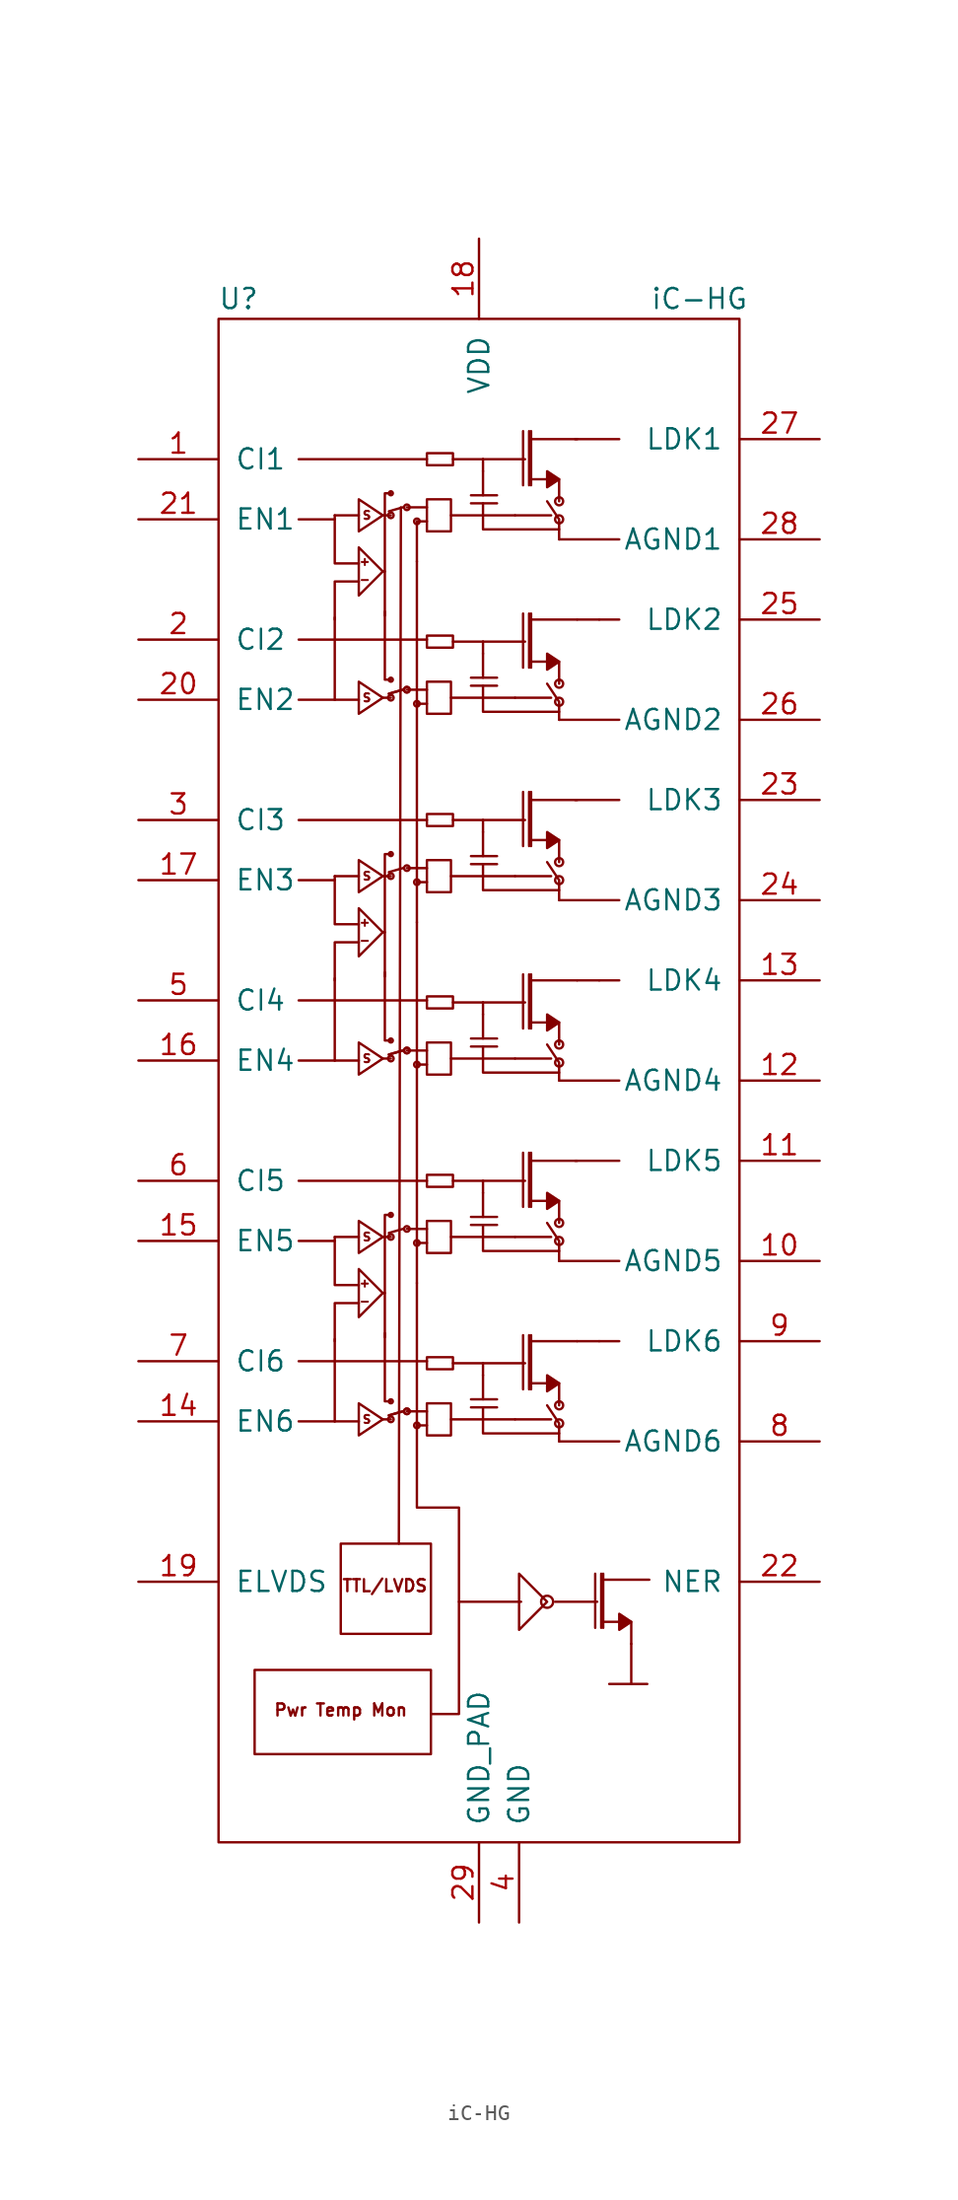
<source format=kicad_sym>
(kicad_symbol_lib
  (version 20211014)
  (generator kicad_symbol_editor)
  (symbol "iC-HG"
    (pin_names
      (offset 1.016))
    (property "Reference" "U"
      (at -15.24 36.83 0)
      (effects (font (size 1.27 1.27))))
    (property "Value" "iC-HG"
      (at 13.97 36.83 0)
      (effects (font (size 1.27 1.27))))
    (symbol "iC-HG_0_0"
      (rectangle (start -16.51 35.56) (end 16.51 -60.96) (stroke (width 0) (type default) (color 0 0 0 0)) (fill (type none)))
      (rectangle (start -8.763 -42.037) (end -3.048 -47.752) (stroke (width 0) (type default) (color 0 0 0 0)) (fill (type none)))
      (circle (center -5.588 -34.163) (radius 0.178) (stroke (width 0) (type default) (color 0 0 0 0)) (fill (type none)))
      (circle (center -5.588 -33.02) (radius 0.127) (stroke (width 0) (type default) (color 0 0 0 0)) (fill (type none)))
      (circle (center -5.588 -22.606) (radius 0.178) (stroke (width 0) (type default) (color 0 0 0 0)) (fill (type none)))
      (circle (center -5.588 -21.209) (radius 0.127) (stroke (width 0) (type default) (color 0 0 0 0)) (fill (type none)))
      (circle (center -5.588 -11.303) (radius 0.178) (stroke (width 0) (type default) (color 0 0 0 0)) (fill (type none)))
      (circle (center -5.588 -10.16) (radius 0.127) (stroke (width 0) (type default) (color 0 0 0 0)) (fill (type none)))
      (circle (center -5.588 0.254) (radius 0.178) (stroke (width 0) (type default) (color 0 0 0 0)) (fill (type none)))
      (circle (center -5.588 1.651) (radius 0.127) (stroke (width 0) (type default) (color 0 0 0 0)) (fill (type none)))
      (circle (center -5.588 11.557) (radius 0.178) (stroke (width 0) (type default) (color 0 0 0 0)) (fill (type none)))
      (circle (center -5.588 12.7) (radius 0.127) (stroke (width 0) (type default) (color 0 0 0 0)) (fill (type none)))
      (circle (center -5.588 23.114) (radius 0.178) (stroke (width 0) (type default) (color 0 0 0 0)) (fill (type none)))
      (circle (center -5.588 24.511) (radius 0.127) (stroke (width 0) (type default) (color 0 0 0 0)) (fill (type none)))
      (circle (center -4.572 -33.655) (radius 0.178) (stroke (width 0) (type default) (color 0 0 0 0)) (fill (type none)))
      (circle (center -4.572 -33.655) (radius 0.178) (stroke (width 0) (type default) (color 0 0 0 0)) (fill (type none)))
      (circle (center -4.572 -22.098) (radius 0.178) (stroke (width 0) (type default) (color 0 0 0 0)) (fill (type none)))
      (circle (center -4.572 -10.795) (radius 0.178) (stroke (width 0) (type default) (color 0 0 0 0)) (fill (type none)))
      (circle (center -4.572 -10.795) (radius 0.178) (stroke (width 0) (type default) (color 0 0 0 0)) (fill (type none)))
      (circle (center -4.572 0.762) (radius 0.178) (stroke (width 0) (type default) (color 0 0 0 0)) (fill (type none)))
      (circle (center -4.572 12.065) (radius 0.178) (stroke (width 0) (type default) (color 0 0 0 0)) (fill (type none)))
      (circle (center -4.572 12.065) (radius 0.178) (stroke (width 0) (type default) (color 0 0 0 0)) (fill (type none)))
      (circle (center -4.572 23.622) (radius 0.178) (stroke (width 0) (type default) (color 0 0 0 0)) (fill (type none)))
      (circle (center -3.937 -34.544) (radius 0.178) (stroke (width 0) (type default) (color 0 0 0 0)) (fill (type none)))
      (circle (center -3.937 -22.987) (radius 0.178) (stroke (width 0) (type default) (color 0 0 0 0)) (fill (type none)))
      (circle (center -3.937 -11.684) (radius 0.178) (stroke (width 0) (type default) (color 0 0 0 0)) (fill (type none)))
      (circle (center -3.937 -0.127) (radius 0.178) (stroke (width 0) (type default) (color 0 0 0 0)) (fill (type none)))
      (circle (center -3.937 11.176) (radius 0.178) (stroke (width 0) (type default) (color 0 0 0 0)) (fill (type none)))
      (circle (center -3.937 22.733) (radius 0.178) (stroke (width 0) (type default) (color 0 0 0 0)) (fill (type none)))
      (rectangle (start -3.302 -33.147) (end -1.778 -35.179) (stroke (width 0) (type default) (color 0 0 0 0)) (fill (type none)))
      (rectangle (start -3.302 -30.226) (end -1.651 -30.988) (stroke (width 0) (type default) (color 0 0 0 0)) (fill (type none)))
      (rectangle (start -3.302 -21.59) (end -1.778 -23.622) (stroke (width 0) (type default) (color 0 0 0 0)) (fill (type none)))
      (rectangle (start -3.302 -18.669) (end -1.651 -19.431) (stroke (width 0) (type default) (color 0 0 0 0)) (fill (type none)))
      (rectangle (start -3.302 -10.287) (end -1.778 -12.319) (stroke (width 0) (type default) (color 0 0 0 0)) (fill (type none)))
      (rectangle (start -3.302 -7.366) (end -1.651 -8.128) (stroke (width 0) (type default) (color 0 0 0 0)) (fill (type none)))
      (rectangle (start -3.302 1.27) (end -1.778 -0.762) (stroke (width 0) (type default) (color 0 0 0 0)) (fill (type none)))
      (rectangle (start -3.302 4.191) (end -1.651 3.429) (stroke (width 0) (type default) (color 0 0 0 0)) (fill (type none)))
      (rectangle (start -3.302 12.573) (end -1.778 10.541) (stroke (width 0) (type default) (color 0 0 0 0)) (fill (type none)))
      (rectangle (start -3.302 15.494) (end -1.651 14.732) (stroke (width 0) (type default) (color 0 0 0 0)) (fill (type none)))
      (rectangle (start -3.302 24.13) (end -1.778 22.098) (stroke (width 0) (type default) (color 0 0 0 0)) (fill (type none)))
      (rectangle (start -3.302 27.051) (end -1.651 26.289) (stroke (width 0) (type default) (color 0 0 0 0)) (fill (type none)))
      (polyline (pts (xy -9.144 -34.29) (xy -11.43 -34.29)) (stroke (width 0) (type default) (color 0 0 0 0)) (fill (type none)))
      (polyline (pts (xy -9.144 -22.86) (xy -11.43 -22.86)) (stroke (width 0) (type default) (color 0 0 0 0)) (fill (type none)))
      (polyline (pts (xy -9.144 -11.43) (xy -11.43 -11.43)) (stroke (width 0) (type default) (color 0 0 0 0)) (fill (type none)))
      (polyline (pts (xy -9.144 0) (xy -11.43 0)) (stroke (width 0) (type default) (color 0 0 0 0)) (fill (type none)))
      (polyline (pts (xy -9.144 11.43) (xy -11.43 11.43)) (stroke (width 0) (type default) (color 0 0 0 0)) (fill (type none)))
      (polyline (pts (xy -9.144 22.86) (xy -11.43 22.86)) (stroke (width 0) (type default) (color 0 0 0 0)) (fill (type none)))
      (polyline (pts (xy -7.62 -34.29) (xy -9.144 -34.29)) (stroke (width 0) (type default) (color 0 0 0 0)) (fill (type none)))
      (polyline (pts (xy -7.62 -22.606) (xy -9.144 -22.606)) (stroke (width 0) (type default) (color 0 0 0 0)) (fill (type none)))
      (polyline (pts (xy -7.62 -11.43) (xy -9.144 -11.43)) (stroke (width 0) (type default) (color 0 0 0 0)) (fill (type none)))
      (polyline (pts (xy -7.62 0.254) (xy -9.144 0.254)) (stroke (width 0) (type default) (color 0 0 0 0)) (fill (type none)))
      (polyline (pts (xy -7.62 11.43) (xy -9.144 11.43)) (stroke (width 0) (type default) (color 0 0 0 0)) (fill (type none)))
      (polyline (pts (xy -7.62 23.114) (xy -9.144 23.114)) (stroke (width 0) (type default) (color 0 0 0 0)) (fill (type none)))
      (polyline (pts (xy -6.096 -34.163) (xy -5.588 -34.163)) (stroke (width 0) (type default) (color 0 0 0 0)) (fill (type none)))
      (polyline (pts (xy -6.096 -22.606) (xy -5.588 -22.606)) (stroke (width 0) (type default) (color 0 0 0 0)) (fill (type none)))
      (polyline (pts (xy -6.096 -11.303) (xy -5.588 -11.303)) (stroke (width 0) (type default) (color 0 0 0 0)) (fill (type none)))
      (polyline (pts (xy -6.096 0.254) (xy -5.588 0.254)) (stroke (width 0) (type default) (color 0 0 0 0)) (fill (type none)))
      (polyline (pts (xy -6.096 11.557) (xy -5.588 11.557)) (stroke (width 0) (type default) (color 0 0 0 0)) (fill (type none)))
      (polyline (pts (xy -6.096 23.114) (xy -5.588 23.114)) (stroke (width 0) (type default) (color 0 0 0 0)) (fill (type none)))
      (polyline (pts (xy -5.08 -42.037) (xy -4.953 23.622)) (stroke (width 0) (type default) (color 0 0 0 0)) (fill (type none)))
      (polyline (pts (xy -4.826 -33.655) (xy -5.715 -33.909)) (stroke (width 0) (type default) (color 0 0 0 0)) (fill (type none)))
      (polyline (pts (xy -4.826 -33.655) (xy -5.715 -33.909)) (stroke (width 0) (type default) (color 0 0 0 0)) (fill (type none)))
      (polyline (pts (xy -4.826 -22.098) (xy -5.715 -22.352)) (stroke (width 0) (type default) (color 0 0 0 0)) (fill (type none)))
      (polyline (pts (xy -4.826 -10.795) (xy -5.715 -11.049)) (stroke (width 0) (type default) (color 0 0 0 0)) (fill (type none)))
      (polyline (pts (xy -4.826 -10.795) (xy -5.715 -11.049)) (stroke (width 0) (type default) (color 0 0 0 0)) (fill (type none)))
      (polyline (pts (xy -4.826 0.762) (xy -5.715 0.508)) (stroke (width 0) (type default) (color 0 0 0 0)) (fill (type none)))
      (polyline (pts (xy -4.826 12.065) (xy -5.715 11.811)) (stroke (width 0) (type default) (color 0 0 0 0)) (fill (type none)))
      (polyline (pts (xy -4.826 12.065) (xy -5.715 11.811)) (stroke (width 0) (type default) (color 0 0 0 0)) (fill (type none)))
      (polyline (pts (xy -4.826 23.622) (xy -5.715 23.368)) (stroke (width 0) (type default) (color 0 0 0 0)) (fill (type none)))
      (polyline (pts (xy -3.937 -25.527) (xy -3.937 -34.671)) (stroke (width 0) (type default) (color 0 0 0 0)) (fill (type none)))
      (polyline (pts (xy -3.937 -2.667) (xy -3.937 -11.811)) (stroke (width 0) (type default) (color 0 0 0 0)) (fill (type none)))
      (polyline (pts (xy -3.937 20.193) (xy -3.937 11.049)) (stroke (width 0) (type default) (color 0 0 0 0)) (fill (type none)))
      (polyline (pts (xy -3.302 -34.544) (xy -3.937 -34.544)) (stroke (width 0) (type default) (color 0 0 0 0)) (fill (type none)))
      (polyline (pts (xy -3.302 -33.655) (xy -4.572 -33.655)) (stroke (width 0) (type default) (color 0 0 0 0)) (fill (type none)))
      (polyline (pts (xy -3.302 -30.48) (xy -11.43 -30.48)) (stroke (width 0) (type default) (color 0 0 0 0)) (fill (type none)))
      (polyline (pts (xy -3.302 -22.987) (xy -3.937 -22.987)) (stroke (width 0) (type default) (color 0 0 0 0)) (fill (type none)))
      (polyline (pts (xy -3.302 -22.098) (xy -4.572 -22.098)) (stroke (width 0) (type default) (color 0 0 0 0)) (fill (type none)))
      (polyline (pts (xy -3.302 -19.05) (xy -11.43 -19.05)) (stroke (width 0) (type default) (color 0 0 0 0)) (fill (type none)))
      (polyline (pts (xy -3.302 -11.684) (xy -3.937 -11.684)) (stroke (width 0) (type default) (color 0 0 0 0)) (fill (type none)))
      (polyline (pts (xy -3.302 -10.795) (xy -4.572 -10.795)) (stroke (width 0) (type default) (color 0 0 0 0)) (fill (type none)))
      (polyline (pts (xy -3.302 -7.62) (xy -11.43 -7.62)) (stroke (width 0) (type default) (color 0 0 0 0)) (fill (type none)))
      (polyline (pts (xy -3.302 -0.127) (xy -3.937 -0.127)) (stroke (width 0) (type default) (color 0 0 0 0)) (fill (type none)))
      (polyline (pts (xy -3.302 0.762) (xy -4.572 0.762)) (stroke (width 0) (type default) (color 0 0 0 0)) (fill (type none)))
      (polyline (pts (xy -3.302 3.81) (xy -11.43 3.81)) (stroke (width 0) (type default) (color 0 0 0 0)) (fill (type none)))
      (polyline (pts (xy -3.302 11.176) (xy -3.937 11.176)) (stroke (width 0) (type default) (color 0 0 0 0)) (fill (type none)))
      (polyline (pts (xy -3.302 12.065) (xy -4.572 12.065)) (stroke (width 0) (type default) (color 0 0 0 0)) (fill (type none)))
      (polyline (pts (xy -3.302 15.24) (xy -11.43 15.24)) (stroke (width 0) (type default) (color 0 0 0 0)) (fill (type none)))
      (polyline (pts (xy -3.302 22.733) (xy -3.937 22.733)) (stroke (width 0) (type default) (color 0 0 0 0)) (fill (type none)))
      (polyline (pts (xy -3.302 23.622) (xy -4.572 23.622)) (stroke (width 0) (type default) (color 0 0 0 0)) (fill (type none)))
      (polyline (pts (xy -3.302 26.67) (xy -11.43 26.67)) (stroke (width 0) (type default) (color 0 0 0 0)) (fill (type none)))
      (polyline (pts (xy -1.778 -34.163) (xy 2.286 -34.163)) (stroke (width 0) (type default) (color 0 0 0 0)) (fill (type none)))
      (polyline (pts (xy -1.778 -22.606) (xy 2.286 -22.606)) (stroke (width 0) (type default) (color 0 0 0 0)) (fill (type none)))
      (polyline (pts (xy -1.778 -11.303) (xy 2.286 -11.303)) (stroke (width 0) (type default) (color 0 0 0 0)) (fill (type none)))
      (polyline (pts (xy -1.778 0.254) (xy 2.286 0.254)) (stroke (width 0) (type default) (color 0 0 0 0)) (fill (type none)))
      (polyline (pts (xy -1.778 11.557) (xy 2.286 11.557)) (stroke (width 0) (type default) (color 0 0 0 0)) (fill (type none)))
      (polyline (pts (xy -1.778 23.114) (xy 2.286 23.114)) (stroke (width 0) (type default) (color 0 0 0 0)) (fill (type none)))
      (polyline (pts (xy -0.508 -33.401) (xy 1.143 -33.401)) (stroke (width 0) (type default) (color 0 0 0 0)) (fill (type none)))
      (polyline (pts (xy -0.508 -32.893) (xy 1.143 -32.893)) (stroke (width 0) (type default) (color 0 0 0 0)) (fill (type none)))
      (polyline (pts (xy -0.508 -21.844) (xy 1.143 -21.844)) (stroke (width 0) (type default) (color 0 0 0 0)) (fill (type none)))
      (polyline (pts (xy -0.508 -21.336) (xy 1.143 -21.336)) (stroke (width 0) (type default) (color 0 0 0 0)) (fill (type none)))
      (polyline (pts (xy -0.508 -10.541) (xy 1.143 -10.541)) (stroke (width 0) (type default) (color 0 0 0 0)) (fill (type none)))
      (polyline (pts (xy -0.508 -10.033) (xy 1.143 -10.033)) (stroke (width 0) (type default) (color 0 0 0 0)) (fill (type none)))
      (polyline (pts (xy -0.508 1.016) (xy 1.143 1.016)) (stroke (width 0) (type default) (color 0 0 0 0)) (fill (type none)))
      (polyline (pts (xy -0.508 1.524) (xy 1.143 1.524)) (stroke (width 0) (type default) (color 0 0 0 0)) (fill (type none)))
      (polyline (pts (xy -0.508 12.319) (xy 1.143 12.319)) (stroke (width 0) (type default) (color 0 0 0 0)) (fill (type none)))
      (polyline (pts (xy -0.508 12.827) (xy 1.143 12.827)) (stroke (width 0) (type default) (color 0 0 0 0)) (fill (type none)))
      (polyline (pts (xy -0.508 23.876) (xy 1.143 23.876)) (stroke (width 0) (type default) (color 0 0 0 0)) (fill (type none)))
      (polyline (pts (xy -0.508 24.384) (xy 1.143 24.384)) (stroke (width 0) (type default) (color 0 0 0 0)) (fill (type none)))
      (polyline (pts (xy 0.254 -32.893) (xy 0.254 -31.369)) (stroke (width 0) (type default) (color 0 0 0 0)) (fill (type none)))
      (polyline (pts (xy 0.254 -31.369) (xy 0.254 -30.607)) (stroke (width 0) (type default) (color 0 0 0 0)) (fill (type none)))
      (polyline (pts (xy 0.254 -30.607) (xy -1.651 -30.607)) (stroke (width 0) (type default) (color 0 0 0 0)) (fill (type none)))
      (polyline (pts (xy 0.254 -30.607) (xy 2.921 -30.607)) (stroke (width 0) (type default) (color 0 0 0 0)) (fill (type none)))
      (polyline (pts (xy 0.254 -21.336) (xy 0.254 -19.812)) (stroke (width 0) (type default) (color 0 0 0 0)) (fill (type none)))
      (polyline (pts (xy 0.254 -19.812) (xy 0.254 -19.05)) (stroke (width 0) (type default) (color 0 0 0 0)) (fill (type none)))
      (polyline (pts (xy 0.254 -19.05) (xy -1.651 -19.05)) (stroke (width 0) (type default) (color 0 0 0 0)) (fill (type none)))
      (polyline (pts (xy 0.254 -19.05) (xy 2.921 -19.05)) (stroke (width 0) (type default) (color 0 0 0 0)) (fill (type none)))
      (polyline (pts (xy 0.254 -10.033) (xy 0.254 -8.509)) (stroke (width 0) (type default) (color 0 0 0 0)) (fill (type none)))
      (polyline (pts (xy 0.254 -8.509) (xy 0.254 -7.747)) (stroke (width 0) (type default) (color 0 0 0 0)) (fill (type none)))
      (polyline (pts (xy 0.254 -7.747) (xy -1.651 -7.747)) (stroke (width 0) (type default) (color 0 0 0 0)) (fill (type none)))
      (polyline (pts (xy 0.254 -7.747) (xy 2.921 -7.747)) (stroke (width 0) (type default) (color 0 0 0 0)) (fill (type none)))
      (polyline (pts (xy 0.254 1.524) (xy 0.254 3.048)) (stroke (width 0) (type default) (color 0 0 0 0)) (fill (type none)))
      (polyline (pts (xy 0.254 3.048) (xy 0.254 3.81)) (stroke (width 0) (type default) (color 0 0 0 0)) (fill (type none)))
      (polyline (pts (xy 0.254 3.81) (xy -1.651 3.81)) (stroke (width 0) (type default) (color 0 0 0 0)) (fill (type none)))
      (polyline (pts (xy 0.254 3.81) (xy 2.921 3.81)) (stroke (width 0) (type default) (color 0 0 0 0)) (fill (type none)))
      (polyline (pts (xy 0.254 12.827) (xy 0.254 14.351)) (stroke (width 0) (type default) (color 0 0 0 0)) (fill (type none)))
      (polyline (pts (xy 0.254 14.351) (xy 0.254 15.113)) (stroke (width 0) (type default) (color 0 0 0 0)) (fill (type none)))
      (polyline (pts (xy 0.254 15.113) (xy -1.651 15.113)) (stroke (width 0) (type default) (color 0 0 0 0)) (fill (type none)))
      (polyline (pts (xy 0.254 15.113) (xy 2.921 15.113)) (stroke (width 0) (type default) (color 0 0 0 0)) (fill (type none)))
      (polyline (pts (xy 0.254 24.384) (xy 0.254 25.908)) (stroke (width 0) (type default) (color 0 0 0 0)) (fill (type none)))
      (polyline (pts (xy 0.254 25.908) (xy 0.254 26.67)) (stroke (width 0) (type default) (color 0 0 0 0)) (fill (type none)))
      (polyline (pts (xy 0.254 26.67) (xy -1.651 26.67)) (stroke (width 0) (type default) (color 0 0 0 0)) (fill (type none)))
      (polyline (pts (xy 0.254 26.67) (xy 2.921 26.67)) (stroke (width 0) (type default) (color 0 0 0 0)) (fill (type none)))
      (polyline (pts (xy 2.286 -34.163) (xy 4.572 -34.163)) (stroke (width 0) (type default) (color 0 0 0 0)) (fill (type none)))
      (polyline (pts (xy 2.286 -22.606) (xy 4.572 -22.606)) (stroke (width 0) (type default) (color 0 0 0 0)) (fill (type none)))
      (polyline (pts (xy 2.286 -11.303) (xy 4.572 -11.303)) (stroke (width 0) (type default) (color 0 0 0 0)) (fill (type none)))
      (polyline (pts (xy 2.286 0.254) (xy 4.572 0.254)) (stroke (width 0) (type default) (color 0 0 0 0)) (fill (type none)))
      (polyline (pts (xy 2.286 11.557) (xy 4.572 11.557)) (stroke (width 0) (type default) (color 0 0 0 0)) (fill (type none)))
      (polyline (pts (xy 2.286 23.114) (xy 4.572 23.114)) (stroke (width 0) (type default) (color 0 0 0 0)) (fill (type none)))
      (polyline (pts (xy 2.667 -45.72) (xy -1.27 -45.72)) (stroke (width 0) (type default) (color 0 0 0 0)) (fill (type none)))
      (polyline (pts (xy 2.794 -28.829) (xy 2.794 -32.258)) (stroke (width 0) (type default) (color 0 0 0 0)) (fill (type none)))
      (polyline (pts (xy 2.794 -17.272) (xy 2.794 -20.701)) (stroke (width 0) (type default) (color 0 0 0 0)) (fill (type none)))
      (polyline (pts (xy 2.794 -5.969) (xy 2.794 -9.398)) (stroke (width 0) (type default) (color 0 0 0 0)) (fill (type none)))
      (polyline (pts (xy 2.794 5.588) (xy 2.794 2.159)) (stroke (width 0) (type default) (color 0 0 0 0)) (fill (type none)))
      (polyline (pts (xy 2.794 16.891) (xy 2.794 13.462)) (stroke (width 0) (type default) (color 0 0 0 0)) (fill (type none)))
      (polyline (pts (xy 2.794 28.448) (xy 2.794 25.019)) (stroke (width 0) (type default) (color 0 0 0 0)) (fill (type none)))
      (polyline (pts (xy 3.175 -28.829) (xy 3.175 -32.258)) (stroke (width 0) (type default) (color 0 0 0 0)) (fill (type none)))
      (polyline (pts (xy 3.175 -17.272) (xy 3.175 -20.701)) (stroke (width 0) (type default) (color 0 0 0 0)) (fill (type none)))
      (polyline (pts (xy 3.175 -5.969) (xy 3.175 -9.398)) (stroke (width 0) (type default) (color 0 0 0 0)) (fill (type none)))
      (polyline (pts (xy 3.175 5.588) (xy 3.175 2.159)) (stroke (width 0) (type default) (color 0 0 0 0)) (fill (type none)))
      (polyline (pts (xy 3.175 16.891) (xy 3.175 13.462)) (stroke (width 0) (type default) (color 0 0 0 0)) (fill (type none)))
      (polyline (pts (xy 3.175 28.448) (xy 3.175 25.019)) (stroke (width 0) (type default) (color 0 0 0 0)) (fill (type none)))
      (polyline (pts (xy 3.302 -29.21) (xy 6.223 -29.21)) (stroke (width 0) (type default) (color 0 0 0 0)) (fill (type none)))
      (polyline (pts (xy 3.302 -28.829) (xy 3.302 -32.258)) (stroke (width 0) (type default) (color 0 0 0 0)) (fill (type none)))
      (polyline (pts (xy 3.302 -17.78) (xy 6.223 -17.78)) (stroke (width 0) (type default) (color 0 0 0 0)) (fill (type none)))
      (polyline (pts (xy 3.302 -17.272) (xy 3.302 -20.701)) (stroke (width 0) (type default) (color 0 0 0 0)) (fill (type none)))
      (polyline (pts (xy 3.302 -6.35) (xy 6.223 -6.35)) (stroke (width 0) (type default) (color 0 0 0 0)) (fill (type none)))
      (polyline (pts (xy 3.302 -5.969) (xy 3.302 -9.398)) (stroke (width 0) (type default) (color 0 0 0 0)) (fill (type none)))
      (polyline (pts (xy 3.302 5.08) (xy 6.223 5.08)) (stroke (width 0) (type default) (color 0 0 0 0)) (fill (type none)))
      (polyline (pts (xy 3.302 5.588) (xy 3.302 2.159)) (stroke (width 0) (type default) (color 0 0 0 0)) (fill (type none)))
      (polyline (pts (xy 3.302 16.51) (xy 6.223 16.51)) (stroke (width 0) (type default) (color 0 0 0 0)) (fill (type none)))
      (polyline (pts (xy 3.302 16.891) (xy 3.302 13.462)) (stroke (width 0) (type default) (color 0 0 0 0)) (fill (type none)))
      (polyline (pts (xy 3.302 27.94) (xy 6.223 27.94)) (stroke (width 0) (type default) (color 0 0 0 0)) (fill (type none)))
      (polyline (pts (xy 3.302 28.448) (xy 3.302 25.019)) (stroke (width 0) (type default) (color 0 0 0 0)) (fill (type none)))
      (polyline (pts (xy 4.826 -45.72) (xy 7.493 -45.72)) (stroke (width 0) (type default) (color 0 0 0 0)) (fill (type none)))
      (polyline (pts (xy 5.08 -31.877) (xy 5.08 -33.274)) (stroke (width 0) (type default) (color 0 0 0 0)) (fill (type none)))
      (polyline (pts (xy 5.08 -24.13) (xy 8.89 -24.13)) (stroke (width 0) (type default) (color 0 0 0 0)) (fill (type none)))
      (polyline (pts (xy 5.08 -23.495) (xy 5.08 -24.13)) (stroke (width 0) (type default) (color 0 0 0 0)) (fill (type none)))
      (polyline (pts (xy 5.08 -20.32) (xy 5.08 -21.717)) (stroke (width 0) (type default) (color 0 0 0 0)) (fill (type none)))
      (polyline (pts (xy 5.08 -9.017) (xy 5.08 -10.414)) (stroke (width 0) (type default) (color 0 0 0 0)) (fill (type none)))
      (polyline (pts (xy 5.08 -1.27) (xy 8.89 -1.27)) (stroke (width 0) (type default) (color 0 0 0 0)) (fill (type none)))
      (polyline (pts (xy 5.08 -0.635) (xy 5.08 -1.27)) (stroke (width 0) (type default) (color 0 0 0 0)) (fill (type none)))
      (polyline (pts (xy 5.08 2.54) (xy 5.08 1.143)) (stroke (width 0) (type default) (color 0 0 0 0)) (fill (type none)))
      (polyline (pts (xy 5.08 13.843) (xy 5.08 12.446)) (stroke (width 0) (type default) (color 0 0 0 0)) (fill (type none)))
      (polyline (pts (xy 5.08 21.59) (xy 8.89 21.59)) (stroke (width 0) (type default) (color 0 0 0 0)) (fill (type none)))
      (polyline (pts (xy 5.08 22.225) (xy 5.08 21.59)) (stroke (width 0) (type default) (color 0 0 0 0)) (fill (type none)))
      (polyline (pts (xy 5.08 25.4) (xy 5.08 24.003)) (stroke (width 0) (type default) (color 0 0 0 0)) (fill (type none)))
      (polyline (pts (xy 6.096 -17.78) (xy 8.89 -17.78)) (stroke (width 0) (type default) (color 0 0 0 0)) (fill (type none)))
      (polyline (pts (xy 6.096 5.08) (xy 8.89 5.08)) (stroke (width 0) (type default) (color 0 0 0 0)) (fill (type none)))
      (polyline (pts (xy 6.096 27.94) (xy 8.89 27.94)) (stroke (width 0) (type default) (color 0 0 0 0)) (fill (type none)))
      (polyline (pts (xy 6.223 -29.21) (xy 7.62 -29.21)) (stroke (width 0) (type default) (color 0 0 0 0)) (fill (type none)))
      (polyline (pts (xy 6.223 -6.35) (xy 7.62 -6.35)) (stroke (width 0) (type default) (color 0 0 0 0)) (fill (type none)))
      (polyline (pts (xy 6.223 16.51) (xy 7.62 16.51)) (stroke (width 0) (type default) (color 0 0 0 0)) (fill (type none)))
      (polyline (pts (xy 7.366 -43.942) (xy 7.366 -47.371)) (stroke (width 0) (type default) (color 0 0 0 0)) (fill (type none)))
      (polyline (pts (xy 7.62 -29.21) (xy 8.89 -29.21)) (stroke (width 0) (type default) (color 0 0 0 0)) (fill (type none)))
      (polyline (pts (xy 7.62 -6.35) (xy 8.89 -6.35)) (stroke (width 0) (type default) (color 0 0 0 0)) (fill (type none)))
      (polyline (pts (xy 7.62 16.51) (xy 8.89 16.51)) (stroke (width 0) (type default) (color 0 0 0 0)) (fill (type none)))
      (polyline (pts (xy 7.747 -43.942) (xy 7.747 -47.371)) (stroke (width 0) (type default) (color 0 0 0 0)) (fill (type none)))
      (polyline (pts (xy 7.874 -44.323) (xy 10.795 -44.323)) (stroke (width 0) (type default) (color 0 0 0 0)) (fill (type none)))
      (polyline (pts (xy 7.874 -43.942) (xy 7.874 -47.371)) (stroke (width 0) (type default) (color 0 0 0 0)) (fill (type none)))
      (polyline (pts (xy 8.255 -50.927) (xy 10.668 -50.927)) (stroke (width 0) (type default) (color 0 0 0 0)) (fill (type none)))
      (polyline (pts (xy 9.652 -48.387) (xy 9.652 -50.927)) (stroke (width 0) (type default) (color 0 0 0 0)) (fill (type none)))
      (polyline (pts (xy 9.652 -46.99) (xy 9.652 -48.387)) (stroke (width 0) (type default) (color 0 0 0 0)) (fill (type none)))
      (polyline (pts (xy -9.144 -22.606) (xy -9.144 -25.654) (xy -7.62 -25.654)) (stroke (width 0) (type default) (color 0 0 0 0)) (fill (type none)))
      (polyline (pts (xy -9.144 0.254) (xy -9.144 -2.794) (xy -7.62 -2.794)) (stroke (width 0) (type default) (color 0 0 0 0)) (fill (type none)))
      (polyline (pts (xy -9.144 23.114) (xy -9.144 20.066) (xy -7.62 20.066)) (stroke (width 0) (type default) (color 0 0 0 0)) (fill (type none)))
      (polyline (pts (xy -5.969 -28.702) (xy -5.969 -33.02) (xy -5.588 -33.02)) (stroke (width 0) (type default) (color 0 0 0 0)) (fill (type none)))
      (polyline (pts (xy -5.969 -5.842) (xy -5.969 -10.16) (xy -5.588 -10.16)) (stroke (width 0) (type default) (color 0 0 0 0)) (fill (type none)))
      (polyline (pts (xy -5.969 17.018) (xy -5.969 12.7) (xy -5.588 12.7)) (stroke (width 0) (type default) (color 0 0 0 0)) (fill (type none)))
      (polyline (pts (xy -6.096 -26.162) (xy -5.969 -26.162) (xy -5.969 -21.209) (xy -5.588 -21.209)) (stroke (width 0) (type default) (color 0 0 0 0)) (fill (type none)))
      (polyline (pts (xy -6.096 -3.302) (xy -5.969 -3.302) (xy -5.969 1.651) (xy -5.588 1.651)) (stroke (width 0) (type default) (color 0 0 0 0)) (fill (type none)))
      (polyline (pts (xy -6.096 19.558) (xy -5.969 19.558) (xy -5.969 24.511) (xy -5.588 24.511)) (stroke (width 0) (type default) (color 0 0 0 0)) (fill (type none)))
      (polyline (pts (xy -3.937 -34.544) (xy -3.937 -39.751) (xy -1.27 -39.751) (xy -1.27 -52.832) (xy -3.048 -52.832)) (stroke (width 0) (type default) (color 0 0 0 0)) (fill (type none)))
      (polyline (pts (xy 2.54 -44.45) (xy 2.54 -47.498) (xy 4.318 -45.72) (xy 2.54 -43.942) (xy 2.54 -44.704)) (stroke (width 0) (type default) (color 0 0 0 0)) (fill (type none)))
      (polyline (pts (xy 4.318 -33.274) (xy 5.08 -34.417) (xy 5.08 -35.052) (xy 0.254 -35.052) (xy 0.254 -33.401)) (stroke (width 0) (type default) (color 0 0 0 0)) (fill (type none)))
      (polyline (pts (xy 4.318 -21.717) (xy 5.08 -22.86) (xy 5.08 -23.495) (xy 0.254 -23.495) (xy 0.254 -21.844)) (stroke (width 0) (type default) (color 0 0 0 0)) (fill (type none)))
      (polyline (pts (xy 4.318 -10.414) (xy 5.08 -11.557) (xy 5.08 -12.192) (xy 0.254 -12.192) (xy 0.254 -10.541)) (stroke (width 0) (type default) (color 0 0 0 0)) (fill (type none)))
      (polyline (pts (xy 4.318 1.143) (xy 5.08 0) (xy 5.08 -0.635) (xy 0.254 -0.635) (xy 0.254 1.016)) (stroke (width 0) (type default) (color 0 0 0 0)) (fill (type none)))
      (polyline (pts (xy 4.318 12.446) (xy 5.08 11.303) (xy 5.08 10.668) (xy 0.254 10.668) (xy 0.254 12.319)) (stroke (width 0) (type default) (color 0 0 0 0)) (fill (type none)))
      (polyline (pts (xy 4.318 24.003) (xy 5.08 22.86) (xy 5.08 22.225) (xy 0.254 22.225) (xy 0.254 23.876)) (stroke (width 0) (type default) (color 0 0 0 0)) (fill (type none)))
      (polyline (pts (xy 3.302 -31.877) (xy 4.318 -31.877) (xy 4.318 -31.369) (xy 5.08 -31.877) (xy 4.318 -32.385) (xy 4.318 -31.877)) (stroke (width 0) (type default) (color 0 0 0 0)) (fill (type outline)))
      (polyline (pts (xy 3.302 -20.32) (xy 4.318 -20.32) (xy 4.318 -19.812) (xy 5.08 -20.32) (xy 4.318 -20.828) (xy 4.318 -20.32)) (stroke (width 0) (type default) (color 0 0 0 0)) (fill (type outline)))
      (polyline (pts (xy 3.302 -9.017) (xy 4.318 -9.017) (xy 4.318 -8.509) (xy 5.08 -9.017) (xy 4.318 -9.525) (xy 4.318 -9.017)) (stroke (width 0) (type default) (color 0 0 0 0)) (fill (type outline)))
      (polyline (pts (xy 3.302 2.54) (xy 4.318 2.54) (xy 4.318 3.048) (xy 5.08 2.54) (xy 4.318 2.032) (xy 4.318 2.54)) (stroke (width 0) (type default) (color 0 0 0 0)) (fill (type outline)))
      (polyline (pts (xy 3.302 13.843) (xy 4.318 13.843) (xy 4.318 14.351) (xy 5.08 13.843) (xy 4.318 13.335) (xy 4.318 13.843)) (stroke (width 0) (type default) (color 0 0 0 0)) (fill (type outline)))
      (polyline (pts (xy 3.302 25.4) (xy 4.318 25.4) (xy 4.318 25.908) (xy 5.08 25.4) (xy 4.318 24.892) (xy 4.318 25.4)) (stroke (width 0) (type default) (color 0 0 0 0)) (fill (type outline)))
      (polyline (pts (xy 7.874 -46.99) (xy 8.89 -46.99) (xy 8.89 -46.482) (xy 9.652 -46.99) (xy 8.89 -47.498) (xy 8.89 -46.99)) (stroke (width 0) (type default) (color 0 0 0 0)) (fill (type outline)))
      (circle (center 4.318 -45.72) (radius 0.381) (stroke (width 0) (type default) (color 0 0 0 0)) (fill (type none)))
      (circle (center 5.08 -34.417) (radius 0.254) (stroke (width 0) (type default) (color 0 0 0 0)) (fill (type none)))
      (circle (center 5.08 -33.274) (radius 0.254) (stroke (width 0) (type default) (color 0 0 0 0)) (fill (type none)))
      (circle (center 5.08 -22.86) (radius 0.254) (stroke (width 0) (type default) (color 0 0 0 0)) (fill (type none)))
      (circle (center 5.08 -21.717) (radius 0.254) (stroke (width 0) (type default) (color 0 0 0 0)) (fill (type none)))
      (circle (center 5.08 -11.557) (radius 0.254) (stroke (width 0) (type default) (color 0 0 0 0)) (fill (type none)))
      (circle (center 5.08 -10.414) (radius 0.254) (stroke (width 0) (type default) (color 0 0 0 0)) (fill (type none)))
      (circle (center 5.08 0) (radius 0.254) (stroke (width 0) (type default) (color 0 0 0 0)) (fill (type none)))
      (circle (center 5.08 1.143) (radius 0.254) (stroke (width 0) (type default) (color 0 0 0 0)) (fill (type none)))
      (circle (center 5.08 11.303) (radius 0.254) (stroke (width 0) (type default) (color 0 0 0 0)) (fill (type none)))
      (circle (center 5.08 12.446) (radius 0.254) (stroke (width 0) (type default) (color 0 0 0 0)) (fill (type none)))
      (circle (center 5.08 22.86) (radius 0.254) (stroke (width 0) (type default) (color 0 0 0 0)) (fill (type none)))
      (circle (center 5.08 24.003) (radius 0.254) (stroke (width 0) (type default) (color 0 0 0 0)) (fill (type none)))
      (text "+" (at -7.239 -25.527 0) (effects (font (size 0.508 0.508))))
      (text "+" (at -7.239 -2.667 0) (effects (font (size 0.508 0.508))))
      (text "+" (at -7.239 20.193 0) (effects (font (size 0.508 0.508))))
      (text "-" (at -7.239 -26.67 0) (effects (font (size 0.508 0.508))))
      (text "-" (at -7.239 -3.81 0) (effects (font (size 0.508 0.508))))
      (text "-" (at -7.239 19.05 0) (effects (font (size 0.508 0.508))))
      (text "Pwr Temp Mon" (at -8.763 -52.578 0) (effects (font (size 0.762 0.762))))
      (text "S" (at -7.112 -34.163 0) (effects (font (size 0.508 0.508))))
      (text "S" (at -7.112 -22.606 0) (effects (font (size 0.508 0.508))))
      (text "S" (at -7.112 -11.303 0) (effects (font (size 0.508 0.508))))
      (text "S" (at -7.112 0.254 0) (effects (font (size 0.508 0.508))))
      (text "S" (at -7.112 11.557 0) (effects (font (size 0.508 0.508))))
      (text "S" (at -7.112 23.114 0) (effects (font (size 0.508 0.508))))
      (text "TTL/LVDS" (at -5.969 -44.704 0) (effects (font (size 0.762 0.762)))))
    (symbol "iC-HG_0_1"
      (rectangle (start -14.224 -50.038) (end -3.048 -55.372) (stroke (width 0) (type default) (color 0 0 0 0)) (fill (type none)))
      (polyline (pts (xy -9.144 -29.083) (xy -9.144 -34.29)) (stroke (width 0) (type default) (color 0 0 0 0)) (fill (type none)))
      (polyline (pts (xy -9.144 -6.223) (xy -9.144 -11.43)) (stroke (width 0) (type default) (color 0 0 0 0)) (fill (type none)))
      (polyline (pts (xy -9.144 16.637) (xy -9.144 11.43)) (stroke (width 0) (type default) (color 0 0 0 0)) (fill (type none)))
      (polyline (pts (xy -5.969 -26.162) (xy -5.969 -28.956)) (stroke (width 0) (type default) (color 0 0 0 0)) (fill (type none)))
      (polyline (pts (xy -5.969 -3.302) (xy -5.969 -6.096)) (stroke (width 0) (type default) (color 0 0 0 0)) (fill (type none)))
      (polyline (pts (xy -5.969 19.558) (xy -5.969 16.764)) (stroke (width 0) (type default) (color 0 0 0 0)) (fill (type none)))
      (polyline (pts (xy -3.937 -22.987) (xy -3.937 -25.527)) (stroke (width 0) (type default) (color 0 0 0 0)) (fill (type none)))
      (polyline (pts (xy -3.937 -11.684) (xy -3.937 -22.987)) (stroke (width 0) (type default) (color 0 0 0 0)) (fill (type none)))
      (polyline (pts (xy -3.937 -0.127) (xy -3.937 -2.667)) (stroke (width 0) (type default) (color 0 0 0 0)) (fill (type none)))
      (polyline (pts (xy -3.937 11.176) (xy -3.937 -0.127)) (stroke (width 0) (type default) (color 0 0 0 0)) (fill (type none)))
      (polyline (pts (xy -3.937 22.733) (xy -3.937 20.193)) (stroke (width 0) (type default) (color 0 0 0 0)) (fill (type none)))
      (polyline (pts (xy 5.08 -35.052) (xy 5.08 -35.56)) (stroke (width 0) (type default) (color 0 0 0 0)) (fill (type none)))
      (polyline (pts (xy 5.08 -12.192) (xy 5.08 -12.7)) (stroke (width 0) (type default) (color 0 0 0 0)) (fill (type none)))
      (polyline (pts (xy 5.08 10.668) (xy 5.08 10.16)) (stroke (width 0) (type default) (color 0 0 0 0)) (fill (type none)))
      (polyline (pts (xy 8.89 -35.56) (xy 5.08 -35.56)) (stroke (width 0) (type default) (color 0 0 0 0)) (fill (type none)))
      (polyline (pts (xy 8.89 -12.7) (xy 5.08 -12.7)) (stroke (width 0) (type default) (color 0 0 0 0)) (fill (type none)))
      (polyline (pts (xy 8.89 10.16) (xy 5.08 10.16)) (stroke (width 0) (type default) (color 0 0 0 0)) (fill (type none)))
      (polyline (pts (xy -9.144 -29.21) (xy -9.144 -26.797) (xy -7.62 -26.797)) (stroke (width 0) (type default) (color 0 0 0 0)) (fill (type none)))
      (polyline (pts (xy -9.144 -6.35) (xy -9.144 -3.937) (xy -7.62 -3.937)) (stroke (width 0) (type default) (color 0 0 0 0)) (fill (type none)))
      (polyline (pts (xy -9.144 16.51) (xy -9.144 18.923) (xy -7.62 18.923)) (stroke (width 0) (type default) (color 0 0 0 0)) (fill (type none)))
      (polyline (pts (xy -7.62 -33.147) (xy -7.62 -35.179) (xy -6.096 -34.163) (xy -7.62 -33.147)) (stroke (width 0) (type default) (color 0 0 0 0)) (fill (type none)))
      (polyline (pts (xy -7.62 -24.638) (xy -7.62 -27.686) (xy -6.096 -26.162) (xy -7.62 -24.638)) (stroke (width 0) (type default) (color 0 0 0 0)) (fill (type none)))
      (polyline (pts (xy -7.62 -21.59) (xy -7.62 -23.622) (xy -6.096 -22.606) (xy -7.62 -21.59)) (stroke (width 0) (type default) (color 0 0 0 0)) (fill (type none)))
      (polyline (pts (xy -7.62 -10.287) (xy -7.62 -12.319) (xy -6.096 -11.303) (xy -7.62 -10.287)) (stroke (width 0) (type default) (color 0 0 0 0)) (fill (type none)))
      (polyline (pts (xy -7.62 -1.778) (xy -7.62 -4.826) (xy -6.096 -3.302) (xy -7.62 -1.778)) (stroke (width 0) (type default) (color 0 0 0 0)) (fill (type none)))
      (polyline (pts (xy -7.62 1.27) (xy -7.62 -0.762) (xy -6.096 0.254) (xy -7.62 1.27)) (stroke (width 0) (type default) (color 0 0 0 0)) (fill (type none)))
      (polyline (pts (xy -7.62 12.573) (xy -7.62 10.541) (xy -6.096 11.557) (xy -7.62 12.573)) (stroke (width 0) (type default) (color 0 0 0 0)) (fill (type none)))
      (polyline (pts (xy -7.62 21.082) (xy -7.62 18.034) (xy -6.096 19.558) (xy -7.62 21.082)) (stroke (width 0) (type default) (color 0 0 0 0)) (fill (type none)))
      (polyline (pts (xy -7.62 24.13) (xy -7.62 22.098) (xy -6.096 23.114) (xy -7.62 24.13)) (stroke (width 0) (type default) (color 0 0 0 0)) (fill (type none))))
    (symbol "iC-HG_1_1"
      (pin passive line (at -21.59 26.67 0) (length 5.08) (name "CI1" (effects (font (size 1.27 1.27)))) (number "1" (effects (font (size 1.27 1.27)))))
      (pin passive line (at 21.59 -24.13 180) (length 5.08) (name "AGND5" (effects (font (size 1.27 1.27)))) (number "10" (effects (font (size 1.27 1.27)))))
      (pin passive line (at 21.59 -17.78 180) (length 5.08) (name "LDK5" (effects (font (size 1.27 1.27)))) (number "11" (effects (font (size 1.27 1.27)))))
      (pin passive line (at 21.59 -12.7 180) (length 5.08) (name "AGND4" (effects (font (size 1.27 1.27)))) (number "12" (effects (font (size 1.27 1.27)))))
      (pin passive line (at 21.59 -6.35 180) (length 5.08) (name "LDK4" (effects (font (size 1.27 1.27)))) (number "13" (effects (font (size 1.27 1.27)))))
      (pin passive line (at -21.59 -34.29 0) (length 5.08) (name "EN6" (effects (font (size 1.27 1.27)))) (number "14" (effects (font (size 1.27 1.27)))))
      (pin passive line (at -21.59 -22.86 0) (length 5.08) (name "EN5" (effects (font (size 1.27 1.27)))) (number "15" (effects (font (size 1.27 1.27)))))
      (pin passive line (at -21.59 -11.43 0) (length 5.08) (name "EN4" (effects (font (size 1.27 1.27)))) (number "16" (effects (font (size 1.27 1.27)))))
      (pin passive line (at -21.59 0 0) (length 5.08) (name "EN3" (effects (font (size 1.27 1.27)))) (number "17" (effects (font (size 1.27 1.27)))))
      (pin passive line (at 0 40.64 270) (length 5.08) (name "VDD" (effects (font (size 1.27 1.27)))) (number "18" (effects (font (size 1.27 1.27)))))
      (pin passive line (at -21.59 -44.45 0) (length 5.08) (name "ELVDS" (effects (font (size 1.27 1.27)))) (number "19" (effects (font (size 1.27 1.27)))))
      (pin passive line (at -21.59 15.24 0) (length 5.08) (name "CI2" (effects (font (size 1.27 1.27)))) (number "2" (effects (font (size 1.27 1.27)))))
      (pin passive line (at -21.59 11.43 0) (length 5.08) (name "EN2" (effects (font (size 1.27 1.27)))) (number "20" (effects (font (size 1.27 1.27)))))
      (pin passive line (at -21.59 22.86 0) (length 5.08) (name "EN1" (effects (font (size 1.27 1.27)))) (number "21" (effects (font (size 1.27 1.27)))))
      (pin passive line (at 21.59 -44.45 180) (length 5.08) (name "NER" (effects (font (size 1.27 1.27)))) (number "22" (effects (font (size 1.27 1.27)))))
      (pin passive line (at 21.59 5.08 180) (length 5.08) (name "LDK3" (effects (font (size 1.27 1.27)))) (number "23" (effects (font (size 1.27 1.27)))))
      (pin passive line (at 21.59 -1.27 180) (length 5.08) (name "AGND3" (effects (font (size 1.27 1.27)))) (number "24" (effects (font (size 1.27 1.27)))))
      (pin passive line (at 21.59 16.51 180) (length 5.08) (name "LDK2" (effects (font (size 1.27 1.27)))) (number "25" (effects (font (size 1.27 1.27)))))
      (pin passive line (at 21.59 10.16 180) (length 5.08) (name "AGND2" (effects (font (size 1.27 1.27)))) (number "26" (effects (font (size 1.27 1.27)))))
      (pin passive line (at 21.59 27.94 180) (length 5.08) (name "LDK1" (effects (font (size 1.27 1.27)))) (number "27" (effects (font (size 1.27 1.27)))))
      (pin passive line (at 21.59 21.59 180) (length 5.08) (name "AGND1" (effects (font (size 1.27 1.27)))) (number "28" (effects (font (size 1.27 1.27)))))
      (pin passive line (at 0 -66.04 90) (length 5.08) (name "GND_PAD" (effects (font (size 1.27 1.27)))) (number "29" (effects (font (size 1.27 1.27)))))
      (pin passive line (at -21.59 3.81 0) (length 5.08) (name "CI3" (effects (font (size 1.27 1.27)))) (number "3" (effects (font (size 1.27 1.27)))))
      (pin passive line (at 2.54 -66.04 90) (length 5.08) (name "GND" (effects (font (size 1.27 1.27)))) (number "4" (effects (font (size 1.27 1.27)))))
      (pin passive line (at -21.59 -7.62 0) (length 5.08) (name "CI4" (effects (font (size 1.27 1.27)))) (number "5" (effects (font (size 1.27 1.27)))))
      (pin passive line (at -21.59 -19.05 0) (length 5.08) (name "CI5" (effects (font (size 1.27 1.27)))) (number "6" (effects (font (size 1.27 1.27)))))
      (pin passive line (at -21.59 -30.48 0) (length 5.08) (name "CI6" (effects (font (size 1.27 1.27)))) (number "7" (effects (font (size 1.27 1.27)))))
      (pin passive line (at 21.59 -35.56 180) (length 5.08) (name "AGND6" (effects (font (size 1.27 1.27)))) (number "8" (effects (font (size 1.27 1.27)))))
      (pin passive line (at 21.59 -29.21 180) (length 5.08) (name "LDK6" (effects (font (size 1.27 1.27)))) (number "9" (effects (font (size 1.27 1.27))))))))
</source>
